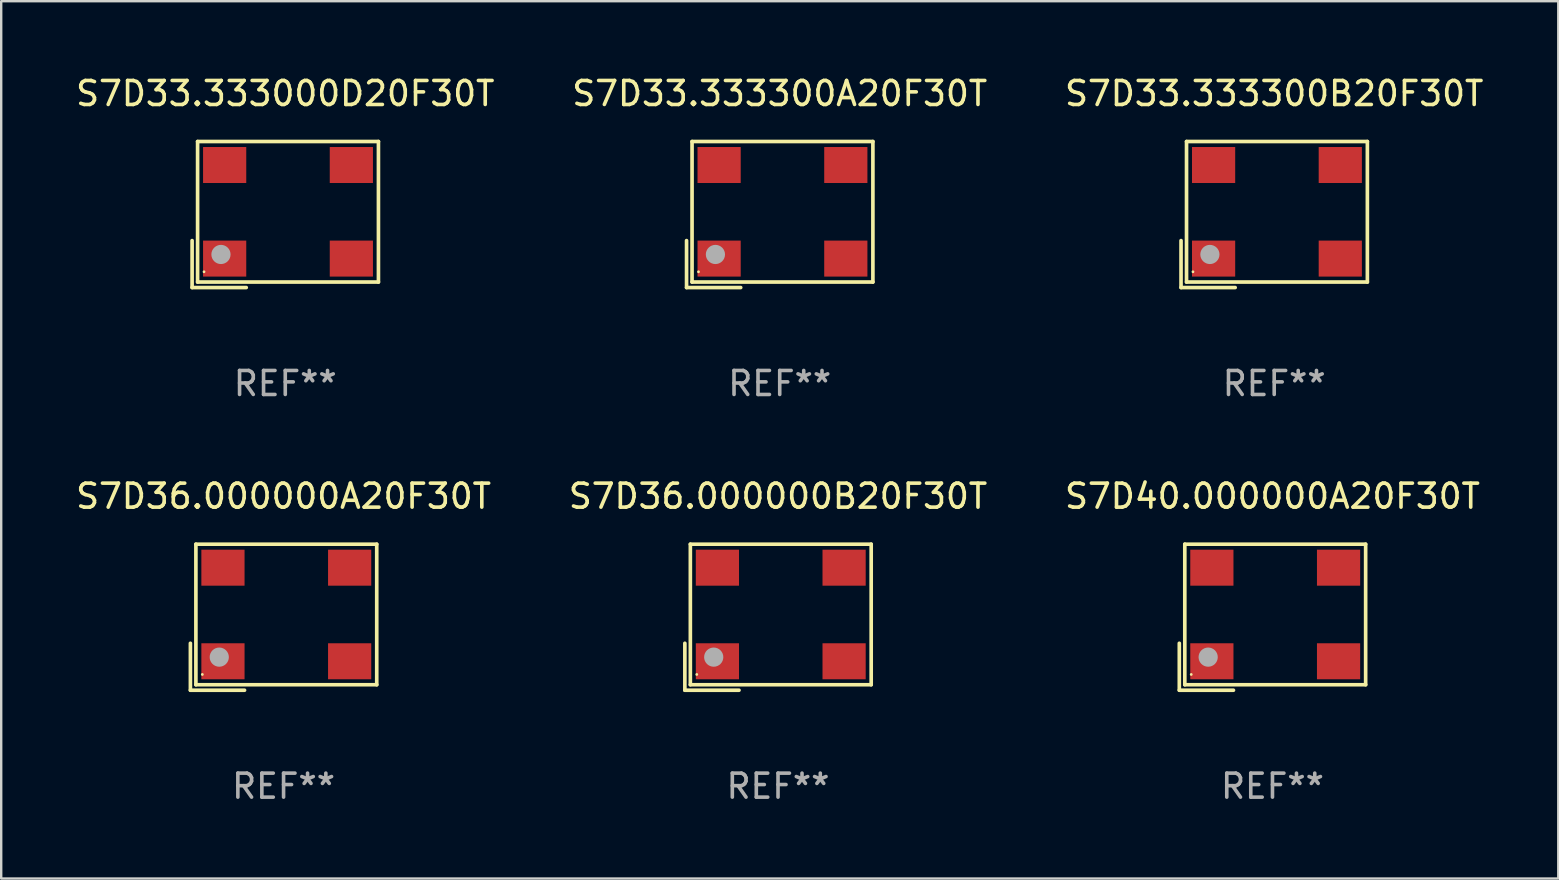
<source format=kicad_pcb>
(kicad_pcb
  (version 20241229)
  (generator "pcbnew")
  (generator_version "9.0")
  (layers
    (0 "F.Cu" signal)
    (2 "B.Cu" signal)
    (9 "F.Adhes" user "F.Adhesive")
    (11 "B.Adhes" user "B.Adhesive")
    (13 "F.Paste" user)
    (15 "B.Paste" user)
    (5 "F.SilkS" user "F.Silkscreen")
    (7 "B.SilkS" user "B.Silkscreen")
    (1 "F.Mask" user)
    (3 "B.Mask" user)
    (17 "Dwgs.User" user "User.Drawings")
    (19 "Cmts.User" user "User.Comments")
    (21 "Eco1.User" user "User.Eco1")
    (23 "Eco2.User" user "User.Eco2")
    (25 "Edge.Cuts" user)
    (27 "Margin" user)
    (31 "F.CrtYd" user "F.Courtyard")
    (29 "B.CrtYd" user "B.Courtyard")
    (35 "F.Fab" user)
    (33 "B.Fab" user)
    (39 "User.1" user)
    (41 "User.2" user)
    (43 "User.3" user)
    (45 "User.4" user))
  (footprint "S7D33.333300B20F30T"
    (layer "F.Cu")
    (at 50.054 5.891)
    (property "Reference" "S7D33.333300B20F30T" (at 0 -5.043 0) (layer "F.SilkS") (effects (font (size 1 1) (thickness 0.15))))
    (attr through_hole)
    (fp_line (start -3.883 1.086) (end -3.883 3.043) (stroke (width 0.152) (type solid)) (layer "F.SilkS"))
    (fp_line (start -3.883 3.043) (end -1.626 3.043) (stroke (width 0.152) (type solid)) (layer "F.SilkS"))
    (fp_line (start -3.654 -3.043) (end 3.883 -3.043) (stroke (width 0.152) (type solid)) (layer "F.SilkS"))
    (fp_line (start -3.654 2.814) (end -3.654 -3.043) (stroke (width 0.152) (type solid)) (layer "F.SilkS"))
    (fp_line (start 3.883 -3.043) (end 3.883 2.814) (stroke (width 0.152) (type solid)) (layer "F.SilkS"))
    (fp_line (start 3.883 2.814) (end -3.654 2.814) (stroke (width 0.152) (type solid)) (layer "F.SilkS"))
    (fp_circle (center -3.386 2.386) (end -3.356 2.386) (stroke (width 0.06) (type solid)) (fill no) (layer "F.SilkS"))
    (fp_circle (center -2.68 1.664) (end -2.48 1.664) (stroke (width 0.4) (type solid)) (fill no) (layer "F.Fab"))
    (fp_text user "REF**" (at 0 7.043 0) (layer "F.Fab") (effects (font (size 1 1) (thickness 0.15))))
    (pad "1" smd rect (at -2.526 1.836) (size 1.8 1.5) (layers "F.Cu" "F.Mask" "F.Paste"))
    (pad "2" smd rect (at 2.754 1.836) (size 1.8 1.5) (layers "F.Cu" "F.Mask" "F.Paste"))
    (pad "3" smd rect (at 2.754 -2.064) (size 1.8 1.5) (layers "F.Cu" "F.Mask" "F.Paste"))
    (pad "4" smd rect (at -2.526 -2.064) (size 1.8 1.5) (layers "F.Cu" "F.Mask" "F.Paste")))
  (footprint "S7D36.000000B20F30T"
    (layer "F.Cu")
    (at 29.375 22.673)
    (property "Reference" "S7D36.000000B20F30T" (at 0 -5.043 0) (layer "F.SilkS") (effects (font (size 1 1) (thickness 0.15))))
    (attr through_hole)
    (fp_line (start -3.883 1.086) (end -3.883 3.043) (stroke (width 0.152) (type solid)) (layer "F.SilkS"))
    (fp_line (start -3.883 3.043) (end -1.626 3.043) (stroke (width 0.152) (type solid)) (layer "F.SilkS"))
    (fp_line (start -3.654 -3.043) (end 3.883 -3.043) (stroke (width 0.152) (type solid)) (layer "F.SilkS"))
    (fp_line (start -3.654 2.814) (end -3.654 -3.043) (stroke (width 0.152) (type solid)) (layer "F.SilkS"))
    (fp_line (start 3.883 -3.043) (end 3.883 2.814) (stroke (width 0.152) (type solid)) (layer "F.SilkS"))
    (fp_line (start 3.883 2.814) (end -3.654 2.814) (stroke (width 0.152) (type solid)) (layer "F.SilkS"))
    (fp_circle (center -3.386 2.386) (end -3.356 2.386) (stroke (width 0.06) (type solid)) (fill no) (layer "F.SilkS"))
    (fp_circle (center -2.68 1.664) (end -2.48 1.664) (stroke (width 0.4) (type solid)) (fill no) (layer "F.Fab"))
    (fp_text user "REF**" (at 0 7.043 0) (layer "F.Fab") (effects (font (size 1 1) (thickness 0.15))))
    (pad "1" smd rect (at -2.526 1.836) (size 1.8 1.5) (layers "F.Cu" "F.Mask" "F.Paste"))
    (pad "2" smd rect (at 2.754 1.836) (size 1.8 1.5) (layers "F.Cu" "F.Mask" "F.Paste"))
    (pad "3" smd rect (at 2.754 -2.064) (size 1.8 1.5) (layers "F.Cu" "F.Mask" "F.Paste"))
    (pad "4" smd rect (at -2.526 -2.064) (size 1.8 1.5) (layers "F.Cu" "F.Mask" "F.Paste")))
  (footprint "S7D33.333000D20F30T"
    (layer "F.Cu")
    (at 8.839 5.891)
    (property "Reference" "S7D33.333000D20F30T" (at 0 -5.043 0) (layer "F.SilkS") (effects (font (size 1 1) (thickness 0.15))))
    (attr through_hole)
    (fp_line (start -3.883 1.086) (end -3.883 3.043) (stroke (width 0.152) (type solid)) (layer "F.SilkS"))
    (fp_line (start -3.883 3.043) (end -1.626 3.043) (stroke (width 0.152) (type solid)) (layer "F.SilkS"))
    (fp_line (start -3.654 -3.043) (end 3.883 -3.043) (stroke (width 0.152) (type solid)) (layer "F.SilkS"))
    (fp_line (start -3.654 2.814) (end -3.654 -3.043) (stroke (width 0.152) (type solid)) (layer "F.SilkS"))
    (fp_line (start 3.883 -3.043) (end 3.883 2.814) (stroke (width 0.152) (type solid)) (layer "F.SilkS"))
    (fp_line (start 3.883 2.814) (end -3.654 2.814) (stroke (width 0.152) (type solid)) (layer "F.SilkS"))
    (fp_circle (center -3.386 2.386) (end -3.356 2.386) (stroke (width 0.06) (type solid)) (fill no) (layer "F.SilkS"))
    (fp_circle (center -2.68 1.664) (end -2.48 1.664) (stroke (width 0.4) (type solid)) (fill no) (layer "F.Fab"))
    (fp_text user "REF**" (at 0 7.043 0) (layer "F.Fab") (effects (font (size 1 1) (thickness 0.15))))
    (pad "1" smd rect (at -2.526 1.836) (size 1.8 1.5) (layers "F.Cu" "F.Mask" "F.Paste"))
    (pad "2" smd rect (at 2.754 1.836) (size 1.8 1.5) (layers "F.Cu" "F.Mask" "F.Paste"))
    (pad "3" smd rect (at 2.754 -2.064) (size 1.8 1.5) (layers "F.Cu" "F.Mask" "F.Paste"))
    (pad "4" smd rect (at -2.526 -2.064) (size 1.8 1.5) (layers "F.Cu" "F.Mask" "F.Paste")))
  (footprint "S7D36.000000A20F30T"
    (layer "F.Cu")
    (at 8.768 22.673)
    (property "Reference" "S7D36.000000A20F30T" (at 0 -5.043 0) (layer "F.SilkS") (effects (font (size 1 1) (thickness 0.15))))
    (attr through_hole)
    (fp_line (start -3.883 1.086) (end -3.883 3.043) (stroke (width 0.152) (type solid)) (layer "F.SilkS"))
    (fp_line (start -3.883 3.043) (end -1.626 3.043) (stroke (width 0.152) (type solid)) (layer "F.SilkS"))
    (fp_line (start -3.654 -3.043) (end 3.883 -3.043) (stroke (width 0.152) (type solid)) (layer "F.SilkS"))
    (fp_line (start -3.654 2.814) (end -3.654 -3.043) (stroke (width 0.152) (type solid)) (layer "F.SilkS"))
    (fp_line (start 3.883 -3.043) (end 3.883 2.814) (stroke (width 0.152) (type solid)) (layer "F.SilkS"))
    (fp_line (start 3.883 2.814) (end -3.654 2.814) (stroke (width 0.152) (type solid)) (layer "F.SilkS"))
    (fp_circle (center -3.386 2.386) (end -3.356 2.386) (stroke (width 0.06) (type solid)) (fill no) (layer "F.SilkS"))
    (fp_circle (center -2.68 1.664) (end -2.48 1.664) (stroke (width 0.4) (type solid)) (fill no) (layer "F.Fab"))
    (fp_text user "REF**" (at 0 7.043 0) (layer "F.Fab") (effects (font (size 1 1) (thickness 0.15))))
    (pad "1" smd rect (at -2.526 1.836) (size 1.8 1.5) (layers "F.Cu" "F.Mask" "F.Paste"))
    (pad "2" smd rect (at 2.754 1.836) (size 1.8 1.5) (layers "F.Cu" "F.Mask" "F.Paste"))
    (pad "3" smd rect (at 2.754 -2.064) (size 1.8 1.5) (layers "F.Cu" "F.Mask" "F.Paste"))
    (pad "4" smd rect (at -2.526 -2.064) (size 1.8 1.5) (layers "F.Cu" "F.Mask" "F.Paste")))
  (footprint "S7D33.333300A20F30T"
    (layer "F.Cu")
    (at 29.446 5.891)
    (property "Reference" "S7D33.333300A20F30T" (at 0 -5.043 0) (layer "F.SilkS") (effects (font (size 1 1) (thickness 0.15))))
    (attr through_hole)
    (fp_line (start -3.883 1.086) (end -3.883 3.043) (stroke (width 0.152) (type solid)) (layer "F.SilkS"))
    (fp_line (start -3.883 3.043) (end -1.626 3.043) (stroke (width 0.152) (type solid)) (layer "F.SilkS"))
    (fp_line (start -3.654 -3.043) (end 3.883 -3.043) (stroke (width 0.152) (type solid)) (layer "F.SilkS"))
    (fp_line (start -3.654 2.814) (end -3.654 -3.043) (stroke (width 0.152) (type solid)) (layer "F.SilkS"))
    (fp_line (start 3.883 -3.043) (end 3.883 2.814) (stroke (width 0.152) (type solid)) (layer "F.SilkS"))
    (fp_line (start 3.883 2.814) (end -3.654 2.814) (stroke (width 0.152) (type solid)) (layer "F.SilkS"))
    (fp_circle (center -3.386 2.386) (end -3.356 2.386) (stroke (width 0.06) (type solid)) (fill no) (layer "F.SilkS"))
    (fp_circle (center -2.68 1.664) (end -2.48 1.664) (stroke (width 0.4) (type solid)) (fill no) (layer "F.Fab"))
    (fp_text user "REF**" (at 0 7.043 0) (layer "F.Fab") (effects (font (size 1 1) (thickness 0.15))))
    (pad "1" smd rect (at -2.526 1.836) (size 1.8 1.5) (layers "F.Cu" "F.Mask" "F.Paste"))
    (pad "2" smd rect (at 2.754 1.836) (size 1.8 1.5) (layers "F.Cu" "F.Mask" "F.Paste"))
    (pad "3" smd rect (at 2.754 -2.064) (size 1.8 1.5) (layers "F.Cu" "F.Mask" "F.Paste"))
    (pad "4" smd rect (at -2.526 -2.064) (size 1.8 1.5) (layers "F.Cu" "F.Mask" "F.Paste")))
  (footprint "S7D40.000000A20F30T"
    (layer "F.Cu")
    (at 49.982 22.673)
    (property "Reference" "S7D40.000000A20F30T" (at 0 -5.043 0) (layer "F.SilkS") (effects (font (size 1 1) (thickness 0.15))))
    (attr through_hole)
    (fp_line (start -3.883 1.086) (end -3.883 3.043) (stroke (width 0.152) (type solid)) (layer "F.SilkS"))
    (fp_line (start -3.883 3.043) (end -1.626 3.043) (stroke (width 0.152) (type solid)) (layer "F.SilkS"))
    (fp_line (start -3.654 -3.043) (end 3.883 -3.043) (stroke (width 0.152) (type solid)) (layer "F.SilkS"))
    (fp_line (start -3.654 2.814) (end -3.654 -3.043) (stroke (width 0.152) (type solid)) (layer "F.SilkS"))
    (fp_line (start 3.883 -3.043) (end 3.883 2.814) (stroke (width 0.152) (type solid)) (layer "F.SilkS"))
    (fp_line (start 3.883 2.814) (end -3.654 2.814) (stroke (width 0.152) (type solid)) (layer "F.SilkS"))
    (fp_circle (center -3.386 2.386) (end -3.356 2.386) (stroke (width 0.06) (type solid)) (fill no) (layer "F.SilkS"))
    (fp_circle (center -2.68 1.664) (end -2.48 1.664) (stroke (width 0.4) (type solid)) (fill no) (layer "F.Fab"))
    (fp_text user "REF**" (at 0 7.043 0) (layer "F.Fab") (effects (font (size 1 1) (thickness 0.15))))
    (pad "1" smd rect (at -2.526 1.836) (size 1.8 1.5) (layers "F.Cu" "F.Mask" "F.Paste"))
    (pad "2" smd rect (at 2.754 1.836) (size 1.8 1.5) (layers "F.Cu" "F.Mask" "F.Paste"))
    (pad "3" smd rect (at 2.754 -2.064) (size 1.8 1.5) (layers "F.Cu" "F.Mask" "F.Paste"))
    (pad "4" smd rect (at -2.526 -2.064) (size 1.8 1.5) (layers "F.Cu" "F.Mask" "F.Paste")))
  (gr_rect
    (start -3 -3)
    (end 61.893 33.565)
    (stroke (width 0.1) (type default))
    (fill no)
    (layer "Edge.Cuts")))
</source>
